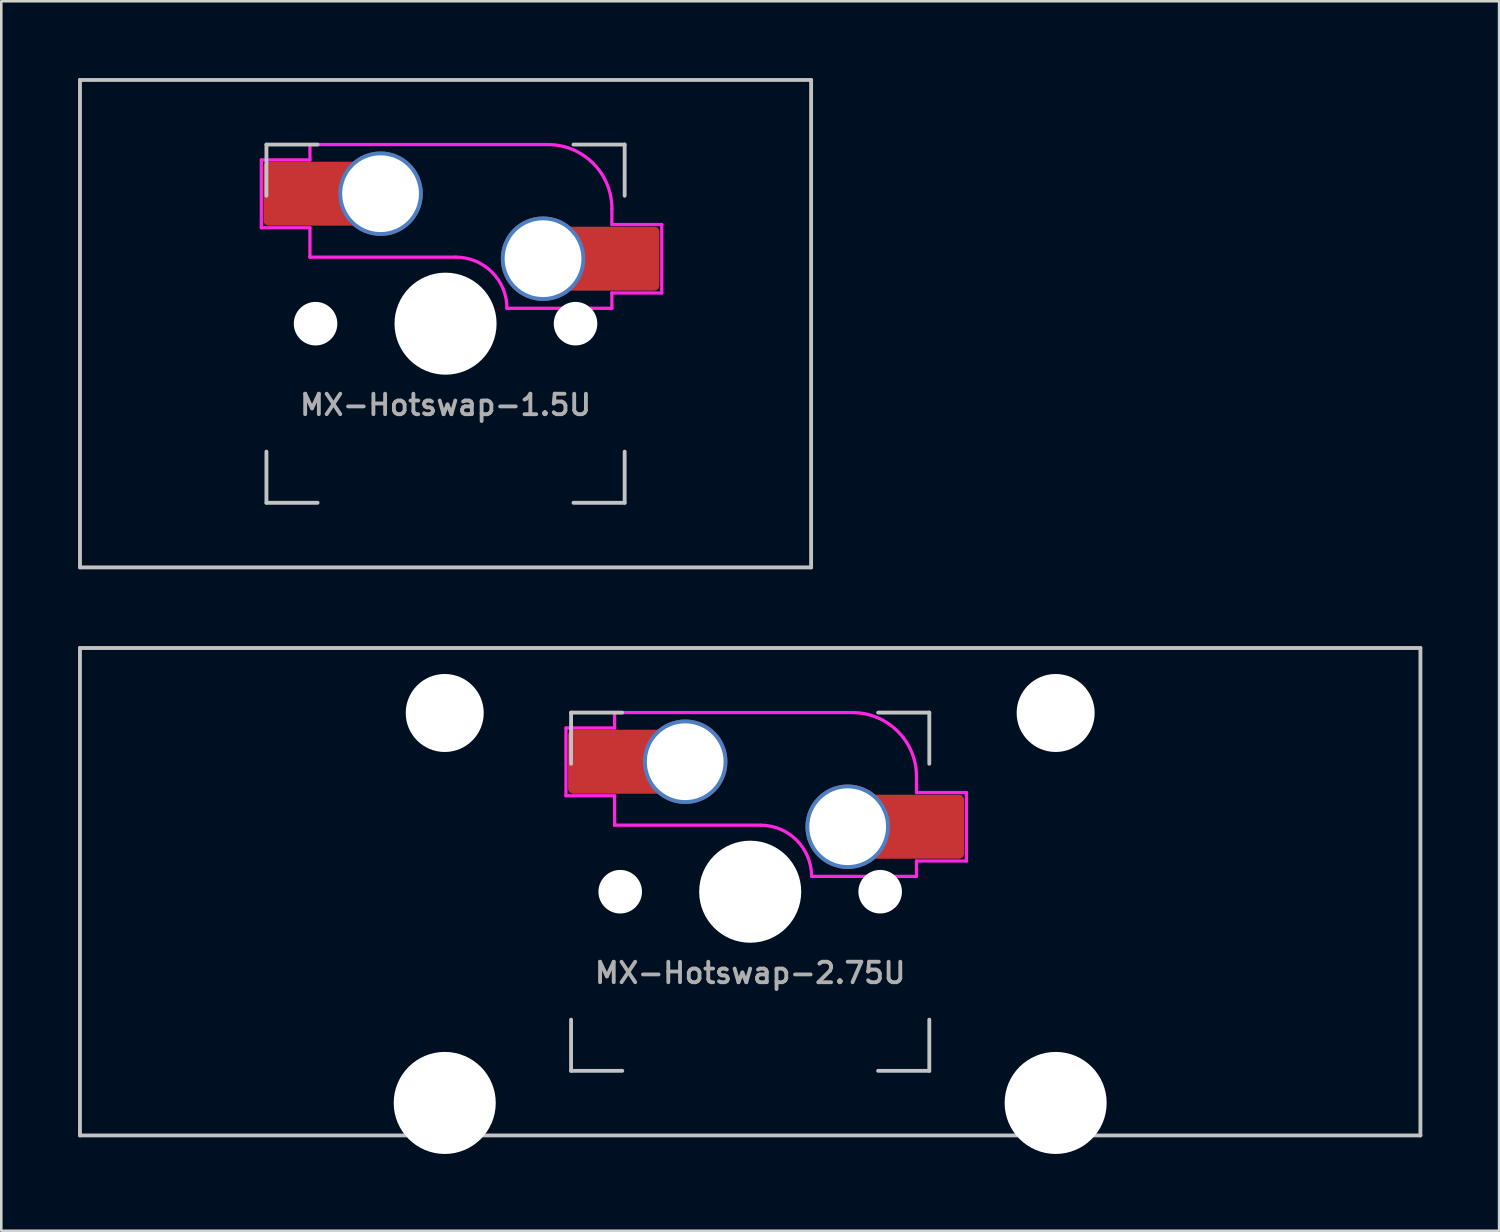
<source format=kicad_pcb>
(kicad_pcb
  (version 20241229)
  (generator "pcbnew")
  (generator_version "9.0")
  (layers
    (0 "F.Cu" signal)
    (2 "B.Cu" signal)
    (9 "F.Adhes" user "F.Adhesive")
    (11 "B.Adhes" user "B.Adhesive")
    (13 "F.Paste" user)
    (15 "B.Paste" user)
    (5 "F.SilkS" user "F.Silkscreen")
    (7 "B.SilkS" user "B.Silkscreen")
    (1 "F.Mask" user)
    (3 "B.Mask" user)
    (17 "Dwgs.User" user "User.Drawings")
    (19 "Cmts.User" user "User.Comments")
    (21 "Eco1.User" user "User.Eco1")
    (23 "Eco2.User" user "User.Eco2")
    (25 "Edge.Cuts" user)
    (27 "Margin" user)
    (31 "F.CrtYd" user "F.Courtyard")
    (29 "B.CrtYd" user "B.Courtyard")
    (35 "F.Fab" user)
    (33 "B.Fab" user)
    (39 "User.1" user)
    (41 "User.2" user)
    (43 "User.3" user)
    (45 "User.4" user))
  (footprint "MX-Hotswap-1.5U"
    (layer "F.Cu")
    (at 14.363 9.6)
    (property "Reference" "MX-Hotswap-1.5U" (at 0 3.175 0) (layer "F.Fab") (effects (font (size 0.8 0.8) (thickness 0.15))))
    (attr smd)
    (fp_line (start -14.287 9.525) (end -14.287 -9.525) (stroke (width 0.15) (type solid)) (layer "Dwgs.User"))
    (fp_line (start -7 -7) (end -5 -7) (stroke (width 0.15) (type solid)) (layer "Dwgs.User"))
    (fp_line (start -7 -5) (end -7 -7) (stroke (width 0.15) (type solid)) (layer "Dwgs.User"))
    (fp_line (start -7 5) (end -7 7) (stroke (width 0.15) (type solid)) (layer "Dwgs.User"))
    (fp_line (start -7 7) (end -5 7) (stroke (width 0.15) (type solid)) (layer "Dwgs.User"))
    (fp_line (start 5 7) (end 7 7) (stroke (width 0.15) (type solid)) (layer "Dwgs.User"))
    (fp_line (start 7 -7) (end 5 -7) (stroke (width 0.15) (type solid)) (layer "Dwgs.User"))
    (fp_line (start 7 -5) (end 7 -7) (stroke (width 0.15) (type solid)) (layer "Dwgs.User"))
    (fp_line (start 7 7) (end 7 5) (stroke (width 0.15) (type solid)) (layer "Dwgs.User"))
    (fp_line (start 14.287 -9.525) (end -14.287 -9.525) (stroke (width 0.15) (type solid)) (layer "Dwgs.User"))
    (fp_line (start 14.287 9.525) (end -14.287 9.525) (stroke (width 0.15) (type solid)) (layer "Dwgs.User"))
    (fp_line (start 14.287 9.525) (end 14.287 -9.525) (stroke (width 0.15) (type solid)) (layer "Dwgs.User"))
    (fp_line (start -7.2 -6.4) (end -5.3 -6.4) (stroke (width 0.127) (type solid)) (layer "F.CrtYd"))
    (fp_line (start -7.2 -3.75) (end -7.2 -6.4) (stroke (width 0.127) (type solid)) (layer "F.CrtYd"))
    (fp_line (start -5.3 -6.4) (end -5.3 -7) (stroke (width 0.127) (type solid)) (layer "F.CrtYd"))
    (fp_line (start -5.3 -3.75) (end -7.2 -3.75) (stroke (width 0.127) (type solid)) (layer "F.CrtYd"))
    (fp_line (start -5.3 -3.75) (end -5.3 -2.6) (stroke (width 0.127) (type solid)) (layer "F.CrtYd"))
    (fp_line (start -5.3 -2.6) (end 0.4 -2.6) (stroke (width 0.127) (type solid)) (layer "F.CrtYd"))
    (fp_line (start 2.4 -0.6) (end 6.5 -0.6) (stroke (width 0.127) (type solid)) (layer "F.CrtYd"))
    (fp_line (start 4 -7) (end -5.3 -7) (stroke (width 0.127) (type solid)) (layer "F.CrtYd"))
    (fp_line (start 6.5 -3.875) (end 6.5 -4.5) (stroke (width 0.127) (type solid)) (layer "F.CrtYd"))
    (fp_line (start 6.5 -1.2) (end 6.5 -0.6) (stroke (width 0.127) (type solid)) (layer "F.CrtYd"))
    (fp_line (start 6.5 -1.2) (end 8.45 -1.2) (stroke (width 0.127) (type solid)) (layer "F.CrtYd"))
    (fp_line (start 8.45 -3.875) (end 6.5 -3.875) (stroke (width 0.127) (type solid)) (layer "F.CrtYd"))
    (fp_line (start 8.45 -1.2) (end 8.45 -3.875) (stroke (width 0.127) (type solid)) (layer "F.CrtYd"))
    (fp_arc (start 0.4 -2.6) (mid 1.814214 -2.014214) (end 2.4 -0.6) (stroke (width 0.127) (type solid)) (layer "F.CrtYd"))
    (fp_arc (start 4 -7) (mid 5.767767 -6.267767) (end 6.5 -4.5) (stroke (width 0.127) (type solid)) (layer "F.CrtYd"))
    (pad "" np_thru_hole circle (at -5.08 0 311.901) (size 1.702 1.702) (drill 1.702) (layers "*.Cu" "*.Mask"))
    (pad "" np_thru_hole circle (at 0 0) (size 3.988 3.988) (drill 3.988) (layers "*.Cu" "*.Mask"))
    (pad "" np_thru_hole circle (at 5.08 0 311.901) (size 1.702 1.702) (drill 1.702) (layers "*.Cu" "*.Mask"))
    (pad "1" thru_hole circle (at 3.81 -2.54) (size 3.3 3.3) (drill 3) (layers "*.Cu" "*.Mask"))
    (pad "1" smd roundrect (at 6.43 -2.54) (size 3.86 2.5) (layers "F.Cu" "F.Mask" "F.Paste") (roundrect_rratio 0.08))
    (pad "2" smd roundrect (at -5.059 -5.08) (size 4.117 2.5) (layers "F.Cu" "F.Mask" "F.Paste") (roundrect_rratio 0.08))
    (pad "2" thru_hole circle (at -2.54 -5.08) (size 3.3 3.3) (drill 3) (layers "*.Cu" "*.Mask")))
  (footprint "MX-Hotswap-2.75U"
    (layer "F.Cu")
    (at 26.269 31.8)
    (property "Reference" "MX-Hotswap-2.75U" (at 0 3.175 0) (layer "F.Fab") (effects (font (size 0.8 0.8) (thickness 0.15))))
    (attr smd)
    (fp_line (start -26.194 9.525) (end -26.194 -9.525) (stroke (width 0.15) (type solid)) (layer "Dwgs.User"))
    (fp_line (start -7 -7) (end -5 -7) (stroke (width 0.15) (type solid)) (layer "Dwgs.User"))
    (fp_line (start -7 -5) (end -7 -7) (stroke (width 0.15) (type solid)) (layer "Dwgs.User"))
    (fp_line (start -7 5) (end -7 7) (stroke (width 0.15) (type solid)) (layer "Dwgs.User"))
    (fp_line (start -7 7) (end -5 7) (stroke (width 0.15) (type solid)) (layer "Dwgs.User"))
    (fp_line (start 5 7) (end 7 7) (stroke (width 0.15) (type solid)) (layer "Dwgs.User"))
    (fp_line (start 7 -7) (end 5 -7) (stroke (width 0.15) (type solid)) (layer "Dwgs.User"))
    (fp_line (start 7 -5) (end 7 -7) (stroke (width 0.15) (type solid)) (layer "Dwgs.User"))
    (fp_line (start 7 7) (end 7 5) (stroke (width 0.15) (type solid)) (layer "Dwgs.User"))
    (fp_line (start 26.194 -9.525) (end -26.194 -9.525) (stroke (width 0.15) (type solid)) (layer "Dwgs.User"))
    (fp_line (start 26.194 9.525) (end -26.194 9.525) (stroke (width 0.15) (type solid)) (layer "Dwgs.User"))
    (fp_line (start 26.194 9.525) (end 26.194 -9.525) (stroke (width 0.15) (type solid)) (layer "Dwgs.User"))
    (fp_line (start -7.2 -6.4) (end -5.3 -6.4) (stroke (width 0.127) (type solid)) (layer "F.CrtYd"))
    (fp_line (start -7.2 -3.75) (end -7.2 -6.4) (stroke (width 0.127) (type solid)) (layer "F.CrtYd"))
    (fp_line (start -5.3 -6.4) (end -5.3 -7) (stroke (width 0.127) (type solid)) (layer "F.CrtYd"))
    (fp_line (start -5.3 -3.75) (end -7.2 -3.75) (stroke (width 0.127) (type solid)) (layer "F.CrtYd"))
    (fp_line (start -5.3 -3.75) (end -5.3 -2.6) (stroke (width 0.127) (type solid)) (layer "F.CrtYd"))
    (fp_line (start -5.3 -2.6) (end 0.4 -2.6) (stroke (width 0.127) (type solid)) (layer "F.CrtYd"))
    (fp_line (start 2.4 -0.6) (end 6.5 -0.6) (stroke (width 0.127) (type solid)) (layer "F.CrtYd"))
    (fp_line (start 4 -7) (end -5.3 -7) (stroke (width 0.127) (type solid)) (layer "F.CrtYd"))
    (fp_line (start 6.5 -3.875) (end 6.5 -4.5) (stroke (width 0.127) (type solid)) (layer "F.CrtYd"))
    (fp_line (start 6.5 -1.2) (end 6.5 -0.6) (stroke (width 0.127) (type solid)) (layer "F.CrtYd"))
    (fp_line (start 6.5 -1.2) (end 8.45 -1.2) (stroke (width 0.127) (type solid)) (layer "F.CrtYd"))
    (fp_line (start 8.45 -3.875) (end 6.5 -3.875) (stroke (width 0.127) (type solid)) (layer "F.CrtYd"))
    (fp_line (start 8.45 -1.2) (end 8.45 -3.875) (stroke (width 0.127) (type solid)) (layer "F.CrtYd"))
    (fp_arc (start 0.4 -2.6) (mid 1.814214 -2.014214) (end 2.4 -0.6) (stroke (width 0.127) (type solid)) (layer "F.CrtYd"))
    (fp_arc (start 4 -7) (mid 5.767767 -6.267767) (end 6.5 -4.5) (stroke (width 0.127) (type solid)) (layer "F.CrtYd"))
    (pad "" np_thru_hole circle (at -11.938 -6.985) (size 3.048 3.048) (drill 3.048) (layers "*.Cu" "*.Mask"))
    (pad "" np_thru_hole circle (at -11.938 8.255) (size 3.988 3.988) (drill 3.988) (layers "*.Cu" "*.Mask"))
    (pad "" np_thru_hole circle (at -5.08 0 311.901) (size 1.702 1.702) (drill 1.702) (layers "*.Cu" "*.Mask"))
    (pad "" np_thru_hole circle (at 0 0) (size 3.988 3.988) (drill 3.988) (layers "*.Cu" "*.Mask"))
    (pad "" np_thru_hole circle (at 5.08 0 311.901) (size 1.702 1.702) (drill 1.702) (layers "*.Cu" "*.Mask"))
    (pad "" np_thru_hole circle (at 11.938 -6.985) (size 3.048 3.048) (drill 3.048) (layers "*.Cu" "*.Mask"))
    (pad "" np_thru_hole circle (at 11.938 8.255) (size 3.988 3.988) (drill 3.988) (layers "*.Cu" "*.Mask"))
    (pad "1" thru_hole circle (at 3.81 -2.54) (size 3.3 3.3) (drill 3) (layers "*.Cu" "*.Mask"))
    (pad "1" smd roundrect (at 5.93 -2.54) (size 4.86 2.5) (layers "F.Cu" "F.Mask" "F.Paste") (roundrect_rratio 0.08))
    (pad "2" smd roundrect (at -5.059 -5.08) (size 4.117 2.5) (layers "F.Cu" "F.Mask" "F.Paste") (roundrect_rratio 0.08))
    (pad "2" thru_hole circle (at -2.54 -5.08) (size 3.3 3.3) (drill 3) (layers "*.Cu" "*.Mask")))
  (gr_rect
    (start -3 -3)
    (end 55.538 45.049)
    (stroke (width 0.1) (type default))
    (fill no)
    (layer "Edge.Cuts")))
</source>
